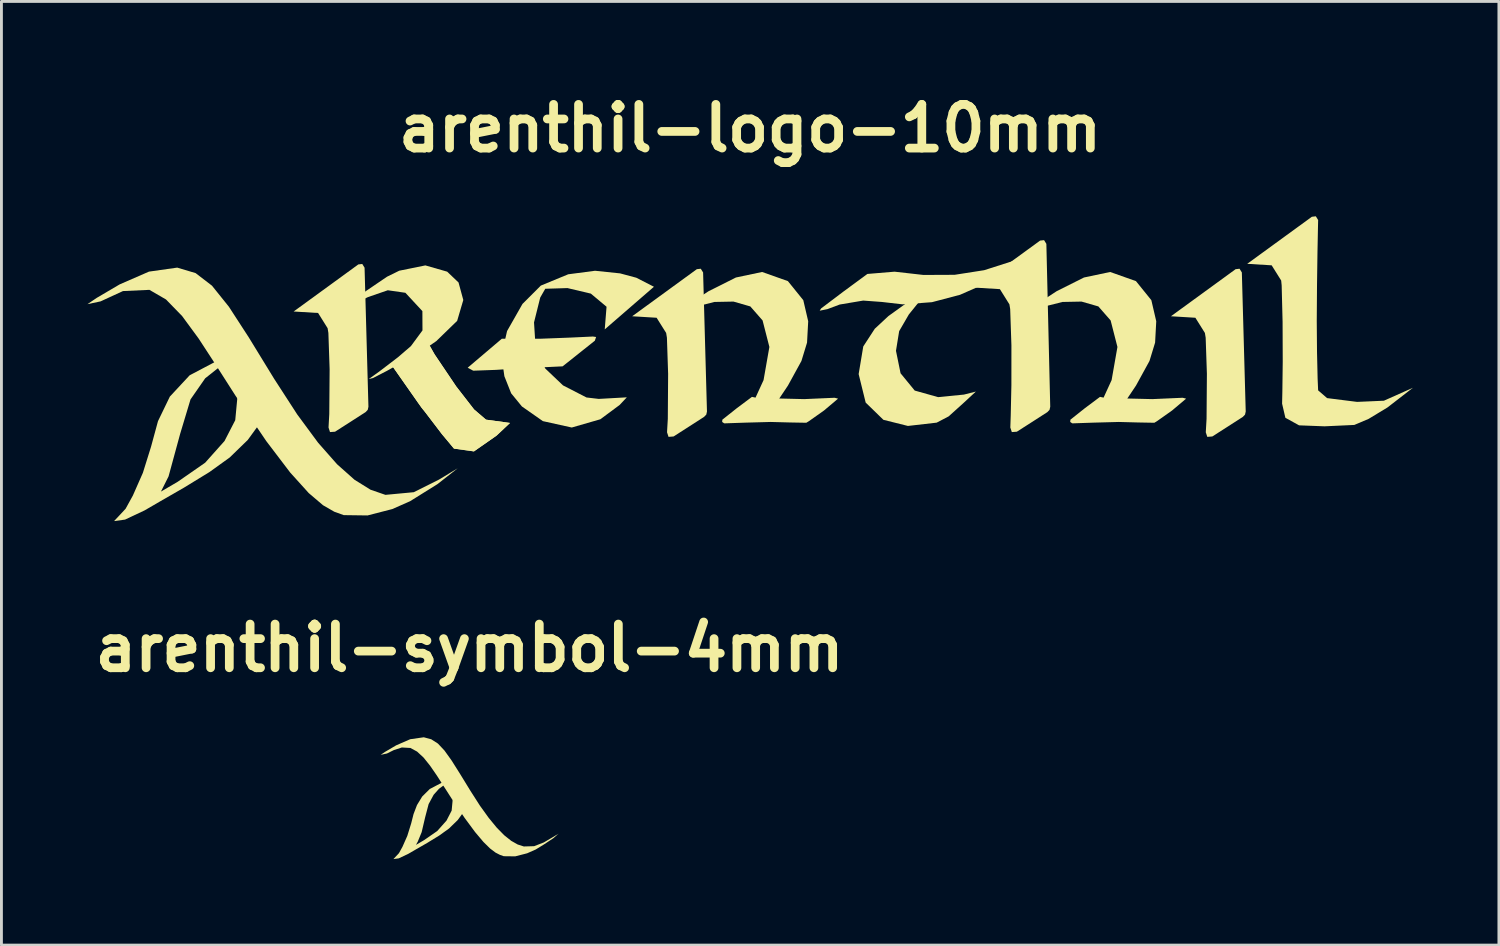
<source format=kicad_pcb>
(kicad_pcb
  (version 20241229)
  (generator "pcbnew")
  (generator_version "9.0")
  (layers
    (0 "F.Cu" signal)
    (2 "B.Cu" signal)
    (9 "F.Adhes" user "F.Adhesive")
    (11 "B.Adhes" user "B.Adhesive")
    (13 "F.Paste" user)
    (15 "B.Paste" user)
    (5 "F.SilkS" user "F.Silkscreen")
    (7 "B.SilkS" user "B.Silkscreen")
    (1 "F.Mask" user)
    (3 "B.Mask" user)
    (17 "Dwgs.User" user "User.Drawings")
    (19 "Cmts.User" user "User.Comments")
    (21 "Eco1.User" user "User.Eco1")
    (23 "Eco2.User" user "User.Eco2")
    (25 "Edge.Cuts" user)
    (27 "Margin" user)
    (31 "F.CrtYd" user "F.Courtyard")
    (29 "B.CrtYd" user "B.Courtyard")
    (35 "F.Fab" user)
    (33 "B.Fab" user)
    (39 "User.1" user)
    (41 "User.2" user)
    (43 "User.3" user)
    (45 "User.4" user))
  (footprint "arenthil-logo-10mm"
    (layer "F.Cu")
    (at 23.118 9.856)
    (property "Reference" "arenthil-logo-10mm" (at 0 -8.43 0) (layer "F.SilkS") (effects (font (size 1.524 1.524) (thickness 0.305))))
    (attr exclude_from_pos_files exclude_from_bom)
    (fp_poly (pts (xy -8.662 -1.091) (xy -9.854 -0.079) (xy -9.66 0.025) (xy -8.868 -0.004) (xy -7.942 -0.065) (xy -7.127 -0.099) (xy -6.542 -0.127) (xy -5.419 -1.021) (xy -5.374 -1.151) (xy -5.488 -1.167) (xy -6.249 -1.131) (xy -7.29 -1.091) (xy -8.117 -1.088) (xy -8.662 -1.091)) (stroke (width 0) (type solid)) (fill yes) (layer "F.SilkS"))
    (fp_poly (pts (xy -15.925 -2.04) (xy -13.669 -3.682) (xy -13.531 -3.698) (xy -13.451 -3.568) (xy -13.316 1.283) (xy -13.34 1.39) (xy -13.416 1.47) (xy -14.48 2.153) (xy -14.657 2.166) (xy -14.708 2.007) (xy -14.682 1.537) (xy -14.67 -0.03) (xy -14.713 -1.292) (xy -14.74 -1.458) (xy -15.072 -1.988) (xy -15.925 -2.04)) (stroke (width 0) (type solid)) (fill yes) (layer "F.SilkS"))
    (fp_poly (pts (xy -11.231 -0.938) (xy -11.011 -0.549) (xy -10.254 0.574) (xy -9.631 1.377) (xy -9.215 1.733) (xy -8.378 1.848) (xy -8.847 2.289) (xy -9.636 2.84) (xy -10.332 2.742) (xy -10.752 2.239) (xy -11.32 1.494) (xy -11.469 1.307) (xy -11.624 1.088) (xy -12.173 0.305) (xy -12.494 -0.153) (xy -11.231 -0.938)) (stroke (width 0) (type solid)) (fill yes) (layer "F.SilkS"))
    (fp_poly (pts (xy -11.231 -0.938) (xy -11.011 -0.549) (xy -10.254 0.574) (xy -9.631 1.377) (xy -9.215 1.733) (xy -8.378 1.848) (xy -8.847 2.289) (xy -9.636 2.84) (xy -10.332 2.742) (xy -10.752 2.239) (xy -11.32 1.494) (xy -11.469 1.307) (xy -11.624 1.088) (xy -12.173 0.305) (xy -12.494 -0.153) (xy -11.231 -0.938)) (stroke (width 0) (type solid)) (fill yes) (layer "F.SilkS"))
    (fp_poly (pts (xy -4.116 -1.874) (xy -1.861 -3.516) (xy -1.723 -3.532) (xy -1.642 -3.402) (xy -1.507 1.449) (xy -1.531 1.557) (xy -1.608 1.636) (xy -2.671 2.319) (xy -2.848 2.333) (xy -2.9 2.173) (xy -2.873 1.703) (xy -2.862 0.136) (xy -2.904 -1.126) (xy -2.931 -1.292) (xy -3.264 -1.822) (xy -4.116 -1.874)) (stroke (width 0) (type solid)) (fill yes) (layer "F.SilkS"))
    (fp_poly (pts (xy 14.677 -1.874) (xy 16.933 -3.516) (xy 17.071 -3.532) (xy 17.151 -3.402) (xy 17.286 1.449) (xy 17.262 1.557) (xy 17.186 1.636) (xy 16.122 2.319) (xy 15.945 2.333) (xy 15.893 2.173) (xy 15.92 1.703) (xy 15.932 0.136) (xy 15.889 -1.126) (xy 15.862 -1.292) (xy 15.53 -1.822) (xy 14.677 -1.874)) (stroke (width 0) (type solid)) (fill yes) (layer "F.SilkS"))
    (fp_poly (pts (xy 7.858 -2.872) (xy 10.114 -4.514) (xy 10.252 -4.529) (xy 10.332 -4.4) (xy 10.467 1.283) (xy 10.443 1.39) (xy 10.367 1.47) (xy 9.303 2.153) (xy 9.127 2.166) (xy 9.075 2.007) (xy 9.089 1.588) (xy 9.112 0.532) (xy 9.113 -0.862) (xy 9.07 -2.124) (xy 9.043 -2.289) (xy 8.711 -2.82) (xy 7.858 -2.872)) (stroke (width 0) (type solid)) (fill yes) (layer "F.SilkS"))
    (fp_poly (pts (xy 2.474 -2.147) (xy 3.258 -2.739) (xy 4.089 -3.35) (xy 5.037 -3.429) (xy 6.043 -3.315) (xy 7.132 -3.32) (xy 8.163 -3.481) (xy 9.237 -3.824) (xy 9.972 -4.084) (xy 9.189 -3.544) (xy 8.35 -3.075) (xy 7.318 -2.622) (xy 6.341 -2.365) (xy 5.322 -2.289) (xy 4.594 -2.373) (xy 3.943 -2.421) (xy 3.122 -2.283) (xy 2.696 -2.123) (xy 2.425 -2.068) (xy 2.474 -2.147)) (stroke (width 0) (type solid)) (fill yes) (layer "F.SilkS"))
    (fp_poly (pts (xy 6.396 -2.955) (xy 5.781 -2.571) (xy 4.823 -1.881) (xy 4.347 -1.439) (xy 3.945 -0.821) (xy 3.784 0.143) (xy 4.029 1.137) (xy 4.647 1.738) (xy 5.502 1.952) (xy 6.506 1.837) (xy 6.923 1.619) (xy 7.452 1.142) (xy 7.872 0.753) (xy 7.458 0.858) (xy 6.556 0.947) (xy 5.74 0.718) (xy 5.246 0.115) (xy 5.086 -0.669) (xy 5.197 -1.354) (xy 5.534 -1.935) (xy 5.897 -2.386) (xy 6.396 -2.955)) (stroke (width 0) (type solid)) (fill yes) (layer "F.SilkS"))
    (fp_poly (pts (xy -14.698 -1.874) (xy -14.679 -1.887) (xy -12.668 -3.253) (xy -12.241 -3.463) (xy -11.33 -3.648) (xy -10.57 -3.43) (xy -10.173 -3.052) (xy -10.007 -2.441) (xy -10.221 -1.714) (xy -10.949 -1.007) (xy -11.187 -0.843) (xy -11.901 -0.407) (xy -12.67 0.03) (xy -13.16 0.282) (xy -13.305 0.316) (xy -12.937 0.053) (xy -12.293 -0.439) (xy -11.835 -0.832) (xy -11.431 -1.38) (xy -11.434 -2.054) (xy -12.027 -2.693) (xy -12.64 -2.781) (xy -13.331 -2.543) (xy -14.243 -2.107) (xy -14.698 -1.874)) (stroke (width 0) (type solid)) (fill yes) (layer "F.SilkS"))
    (fp_poly (pts (xy 19.812 0.711) (xy 19.794 0.297) (xy 19.773 -0.623) (xy 19.764 -1.707) (xy 19.773 -2.972) (xy 19.789 -4.104) (xy 19.805 -4.918) (xy 19.812 -5.231) (xy 19.732 -5.361) (xy 19.594 -5.345) (xy 17.338 -3.703) (xy 18.191 -3.651) (xy 18.523 -3.121) (xy 18.54 -2.949) (xy 18.572 -1.68) (xy 18.577 -0.29) (xy 18.564 0.76) (xy 18.555 1.175) (xy 18.669 1.667) (xy 19.147 1.931) (xy 20.034 1.965) (xy 21.074 1.917) (xy 21.572 1.706) (xy 22.231 1.307) (xy 23.118 0.621) (xy 22.106 1.072) (xy 21.171 1.113) (xy 20.124 0.981) (xy 19.812 0.711)) (stroke (width 0) (type solid)) (fill yes) (layer "F.SilkS"))
    (fp_poly (pts (xy -8.676 -0.502) (xy -8.48 -1.358) (xy -7.942 -2.305) (xy -7.302 -2.944) (xy -6.347 -3.338) (xy -5.412 -3.461) (xy -4.538 -3.37) (xy -3.971 -3.218) (xy -3.357 -2.903) (xy -5.073 -1.416) (xy -5.01 -2.206) (xy -5.558 -2.664) (xy -6.374 -2.857) (xy -7.148 -2.833) (xy -7.324 -2.526) (xy -7.54 -1.659) (xy -7.481 -0.73) (xy -7.146 -0.049) (xy -6.528 0.538) (xy -5.709 0.959) (xy -5.281 1.009) (xy -4.303 0.954) (xy -4.552 1.219) (xy -5.226 1.719) (xy -6.223 2.007) (xy -7.232 1.784) (xy -7.962 1.273) (xy -8.337 0.815) (xy -8.574 0.218) (xy -8.676 -0.502)) (stroke (width 0) (type solid)) (fill yes) (layer "F.SilkS"))
    (fp_poly (pts (xy -17.331 -0.64) (xy -17.72 -0.57) (xy -18.602 -0.316) (xy -19.552 0.185) (xy -20.243 0.928) (xy -20.657 1.785) (xy -20.9 2.679) (xy -21.183 3.585) (xy -21.533 4.379) (xy -21.787 4.841) (xy -22.189 5.271) (xy -21.806 5.219) (xy -21.122 4.897) (xy -20.582 4.583) (xy -19.751 4.105) (xy -18.864 3.562) (xy -18.156 3.053) (xy -17.524 2.439) (xy -17.07 1.814) (xy -16.798 1.172) (xy -16.715 0.143) (xy -17.889 0.974) (xy -17.962 1.751) (xy -18.336 2.477) (xy -19.012 3.235) (xy -19.97 3.9) (xy -20.554 4.242) (xy -20.288 3.711) (xy -19.885 2.232) (xy -19.522 1.026) (xy -19.011 0.291) (xy -18.575 -0.055) (xy -17.845 -0.407) (xy -17.331 -0.64)) (stroke (width 0) (type solid)) (fill yes) (layer "F.SilkS"))
    (fp_poly (pts (xy -2.509 -2.033) (xy -2.204 -2.257) (xy -1.452 -2.747) (xy -0.497 -3.226) (xy 0.416 -3.419) (xy 1.316 -3.1) (xy 1.853 -2.435) (xy 2.024 -1.7) (xy 1.984 -0.955) (xy 1.788 -0.314) (xy 1.318 0.543) (xy 1.015 0.995) (xy 1.885 1.016) (xy 2.947 0.969) (xy 3.066 1) (xy 2.575 1.414) (xy 2.044 1.789) (xy 1.958 1.841) (xy 1.398 1.831) (xy 0.717 1.813) (xy -0.172 1.837) (xy -0.904 1.862) (xy -0.977 1.813) (xy -0.97 1.733) (xy -0.466 1.333) (xy 0.062 0.938) (xy 0.187 0.964) (xy 0.467 0.353) (xy 0.67 -0.803) (xy 0.433 -1.728) (xy 0.005 -2.217) (xy -0.582 -2.386) (xy -1.247 -2.373) (xy -2.03 -2.176) (xy -2.509 -2.033)) (stroke (width 0) (type solid)) (fill yes) (layer "F.SilkS"))
    (fp_poly (pts (xy 9.632 -2.033) (xy 9.937 -2.257) (xy 10.689 -2.747) (xy 11.644 -3.226) (xy 12.557 -3.419) (xy 13.457 -3.1) (xy 13.994 -2.435) (xy 14.165 -1.7) (xy 14.125 -0.955) (xy 13.929 -0.314) (xy 13.459 0.543) (xy 13.156 0.995) (xy 14.026 1.016) (xy 15.088 0.969) (xy 15.207 1) (xy 14.716 1.414) (xy 14.185 1.789) (xy 14.099 1.841) (xy 13.539 1.831) (xy 12.858 1.813) (xy 11.969 1.837) (xy 11.237 1.862) (xy 11.164 1.813) (xy 11.171 1.733) (xy 11.675 1.333) (xy 12.203 0.938) (xy 12.328 0.964) (xy 12.608 0.353) (xy 12.811 -0.803) (xy 12.574 -1.728) (xy 12.146 -2.217) (xy 11.559 -2.386) (xy 10.894 -2.373) (xy 10.111 -2.176) (xy 9.632 -2.033)) (stroke (width 0) (type solid)) (fill yes) (layer "F.SilkS"))
    (fp_poly (pts (xy -23.118 -2.296) (xy -22.66 -2.393) (xy -21.878 -2.753) (xy -20.956 -2.795) (xy -20.378 -2.46) (xy -19.815 -1.881) (xy -19.24 -1.098) (xy -18.626 -0.156) (xy -17.948 0.905) (xy -16.88 2.48) (xy -16.044 3.579) (xy -15.398 4.294) (xy -14.9 4.718) (xy -14.508 4.944) (xy -14.178 5.063) (xy -13.347 5.074) (xy -12.482 4.851) (xy -11.864 4.578) (xy -10.91 3.983) (xy -10.201 3.428) (xy -10.858 3.825) (xy -11.733 4.263) (xy -12.723 4.356) (xy -13.244 4.176) (xy -13.803 3.828) (xy -14.409 3.289) (xy -15.071 2.538) (xy -15.799 1.552) (xy -16.604 0.309) (xy -17.492 -1.14) (xy -18.185 -2.208) (xy -18.773 -2.94) (xy -19.344 -3.379) (xy -19.986 -3.571) (xy -20.972 -3.431) (xy -21.993 -2.986) (xy -22.794 -2.515) (xy -23.118 -2.296)) (stroke (width 0) (type solid)) (fill yes) (layer "F.SilkS")))
  (footprint "arenthil-symbol-4mm"
    (layer "F.Cu")
    (at 13.331 24.786)
    (property "Reference" "arenthil-symbol-4mm" (at 0 -5.232 0) (layer "F.SilkS") (effects (font (size 1.524 1.524) (thickness 0.305))))
    (attr exclude_from_pos_files exclude_from_bom)
    (fp_poly (pts (xy -0.323 -0.709) (xy -0.51 -0.675) (xy -0.934 -0.553) (xy -1.39 -0.313) (xy -1.653 -0.052) (xy -1.835 0.246) (xy -1.956 0.563) (xy -2.038 0.886) (xy -2.173 1.321) (xy -2.342 1.703) (xy -2.464 1.924) (xy -2.657 2.131) (xy -2.473 2.106) (xy -2.144 1.951) (xy -1.885 1.801) (xy -1.486 1.571) (xy -1.059 1.31) (xy -0.719 1.065) (xy -0.415 0.77) (xy -0.197 0.47) (xy -0.067 0.161) (xy -0.014 -0.197) (xy -0.027 -0.333) (xy -0.591 0.067) (xy -0.626 0.44) (xy -0.806 0.789) (xy -1.13 1.153) (xy -1.591 1.472) (xy -1.871 1.636) (xy -1.808 1.521) (xy -1.672 1.191) (xy -1.55 0.671) (xy -1.43 0.214) (xy -1.255 -0.111) (xy -1.07 -0.319) (xy -0.921 -0.428) (xy -0.57 -0.597) (xy -0.323 -0.709)) (stroke (width 0) (type solid)) (fill yes) (layer "F.SilkS"))
    (fp_poly (pts (xy -3.103 -1.505) (xy -2.883 -1.552) (xy -2.645 -1.67) (xy -2.363 -1.762) (xy -2.064 -1.745) (xy -1.832 -1.619) (xy -1.606 -1.41) (xy -1.38 -1.128) (xy -1.144 -0.786) (xy -0.893 -0.395) (xy -0.619 0.033) (xy -0.172 0.697) (xy 0.191 1.188) (xy 0.483 1.534) (xy 0.716 1.763) (xy 0.903 1.904) (xy 1.058 1.984) (xy 1.192 2.031) (xy 1.591 2.036) (xy 2.007 1.929) (xy 2.304 1.798) (xy 2.588 1.624) (xy 2.923 1.402) (xy 3.103 1.245) (xy 2.878 1.38) (xy 2.587 1.551) (xy 2.251 1.681) (xy 1.891 1.691) (xy 1.677 1.622) (xy 1.451 1.494) (xy 1.209 1.301) (xy 0.949 1.037) (xy 0.667 0.694) (xy 0.36 0.267) (xy 0.027 -0.253) (xy -0.337 -0.847) (xy -0.63 -1.311) (xy -0.878 -1.657) (xy -1.106 -1.899) (xy -1.338 -2.048) (xy -1.598 -2.118) (xy -2.072 -2.05) (xy -2.563 -1.836) (xy -2.948 -1.61) (xy -3.103 -1.505)) (stroke (width 0) (type solid)) (fill yes) (layer "F.SilkS")))
  (gr_rect
    (start -3 -3)
    (end 49.236 29.917)
    (stroke (width 0.1) (type default))
    (fill no)
    (layer "Edge.Cuts")))
</source>
